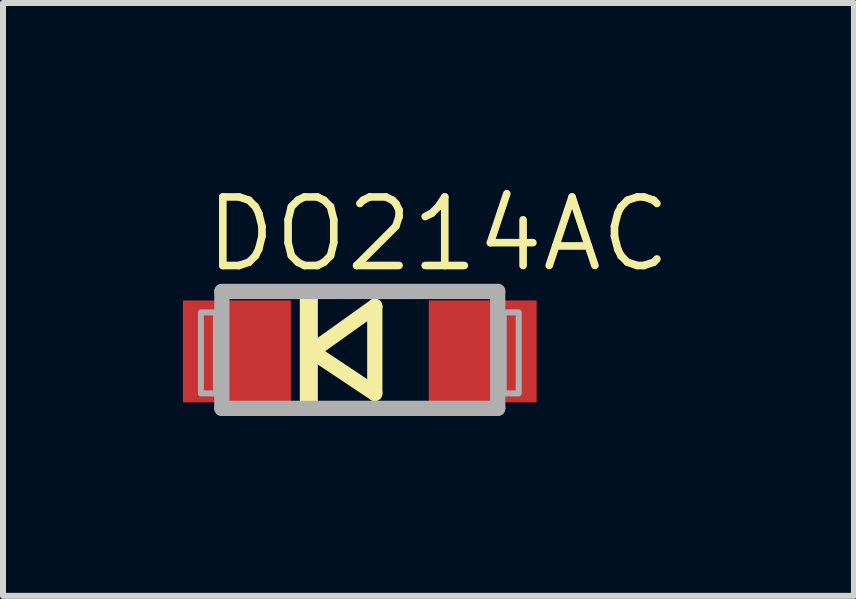
<source format=kicad_pcb>
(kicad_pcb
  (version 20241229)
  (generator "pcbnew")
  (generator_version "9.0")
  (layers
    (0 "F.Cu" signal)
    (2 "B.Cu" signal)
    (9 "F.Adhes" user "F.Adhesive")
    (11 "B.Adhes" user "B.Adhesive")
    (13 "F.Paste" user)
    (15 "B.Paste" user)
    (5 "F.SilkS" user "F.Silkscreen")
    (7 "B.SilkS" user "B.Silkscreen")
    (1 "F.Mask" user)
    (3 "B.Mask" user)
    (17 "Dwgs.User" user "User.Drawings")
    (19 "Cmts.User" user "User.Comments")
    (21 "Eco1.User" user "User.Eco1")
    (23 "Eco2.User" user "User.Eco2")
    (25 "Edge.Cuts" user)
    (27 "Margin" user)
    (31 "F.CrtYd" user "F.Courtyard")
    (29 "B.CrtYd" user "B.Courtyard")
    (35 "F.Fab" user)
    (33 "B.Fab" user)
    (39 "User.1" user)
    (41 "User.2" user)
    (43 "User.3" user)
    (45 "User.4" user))
  (footprint "DO214AC"
    (layer "F.Cu")
    (at 2.95 2.81)
    (property "Reference" "DO214AC" (at -2.64 -1.286 0) (layer "F.SilkS") (effects (font (size 1.143 1.143) (thickness 0.127)) (justify left bottom)))
    (fp_line (start -0.8 0) (end 0.25 -0.75) (stroke (width 0.254) (type solid)) (layer "F.SilkS"))
    (fp_line (start 0.25 -0.75) (end 0.25 0.7) (stroke (width 0.254) (type solid)) (layer "F.SilkS"))
    (fp_line (start 0.25 0.7) (end -0.8 0) (stroke (width 0.254) (type solid)) (layer "F.SilkS"))
    (fp_poly (pts (xy -1 1.05) (xy -0.7 1.05) (xy -0.7 -1.05) (xy -1 -1.05)) (stroke (width 0) (type default)) (fill yes) (layer "F.SilkS"))
    (fp_line (start -2.3 -1) (end 2.3 -1) (stroke (width 0.254) (type solid)) (layer "F.Fab"))
    (fp_line (start -2.3 0.95) (end -2.3 -1) (stroke (width 0.254) (type solid)) (layer "F.Fab"))
    (fp_line (start 2.3 -1) (end 2.3 0.95) (stroke (width 0.254) (type solid)) (layer "F.Fab"))
    (fp_line (start 2.3 0.95) (end -2.3 0.95) (stroke (width 0.254) (type solid)) (layer "F.Fab"))
    (fp_poly (pts (xy -2.65 0.7) (xy -2.4 0.7) (xy -2.4 -0.65) (xy -2.65 -0.65)) (stroke (width 0.1) (type default)) (fill no) (layer "F.Fab"))
    (fp_poly (pts (xy 2.4 0.7) (xy 2.65 0.7) (xy 2.65 -0.65) (xy 2.4 -0.65)) (stroke (width 0.1) (type default)) (fill no) (layer "F.Fab"))
    (pad "A" smd rect (at 2.05 0) (size 1.8 1.7) (layers "F.Cu" "F.Mask" "F.Paste"))
    (pad "C" smd rect (at -2.05 0) (size 1.8 1.7) (layers "F.Cu" "F.Mask" "F.Paste")))
  (gr_rect
    (start -3 -3)
    (end 11.191 6.887)
    (stroke (width 0.1) (type default))
    (fill no)
    (layer "Edge.Cuts")))
</source>
